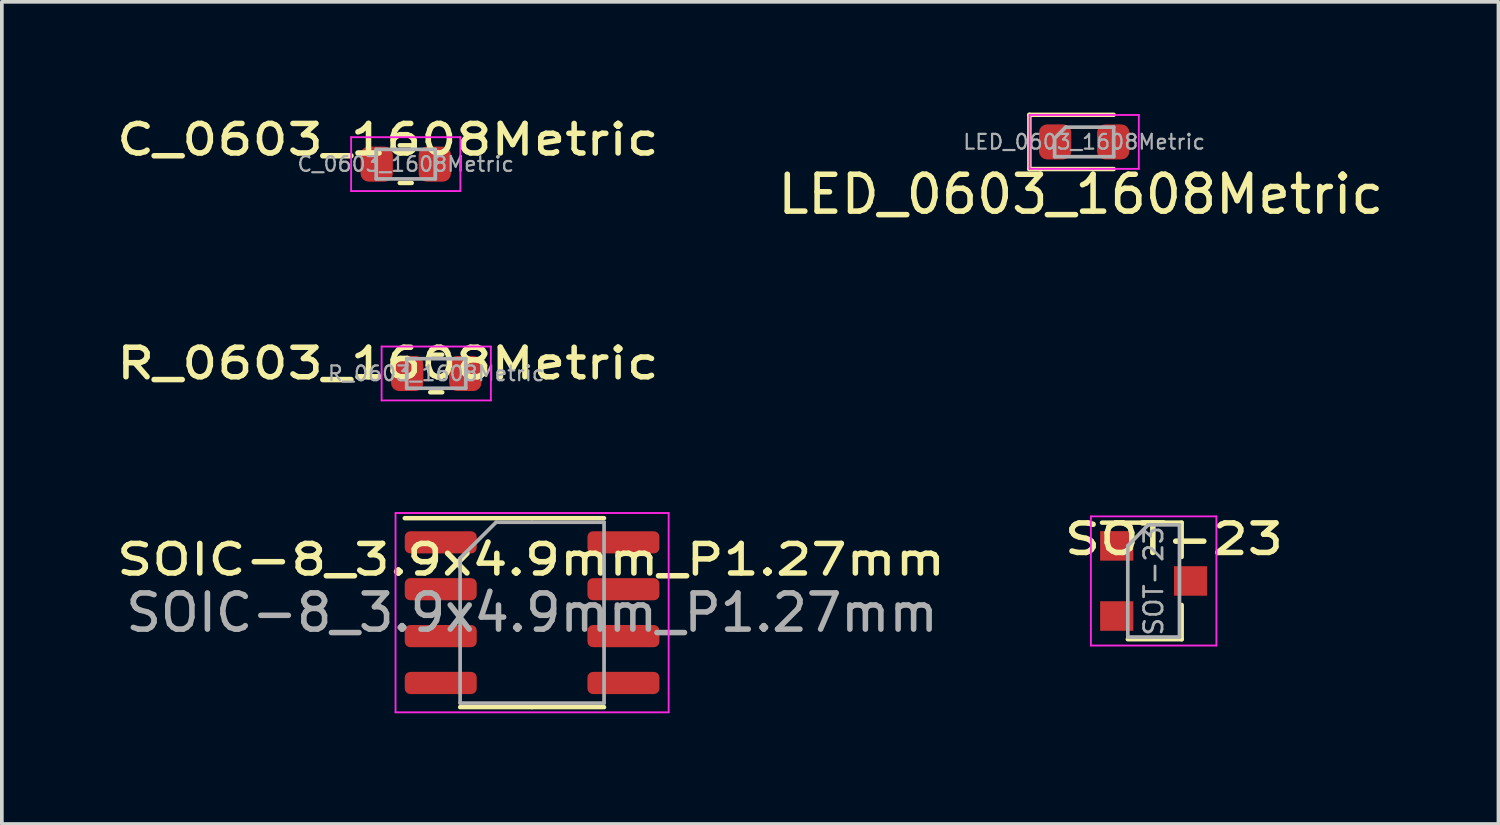
<source format=kicad_pcb>
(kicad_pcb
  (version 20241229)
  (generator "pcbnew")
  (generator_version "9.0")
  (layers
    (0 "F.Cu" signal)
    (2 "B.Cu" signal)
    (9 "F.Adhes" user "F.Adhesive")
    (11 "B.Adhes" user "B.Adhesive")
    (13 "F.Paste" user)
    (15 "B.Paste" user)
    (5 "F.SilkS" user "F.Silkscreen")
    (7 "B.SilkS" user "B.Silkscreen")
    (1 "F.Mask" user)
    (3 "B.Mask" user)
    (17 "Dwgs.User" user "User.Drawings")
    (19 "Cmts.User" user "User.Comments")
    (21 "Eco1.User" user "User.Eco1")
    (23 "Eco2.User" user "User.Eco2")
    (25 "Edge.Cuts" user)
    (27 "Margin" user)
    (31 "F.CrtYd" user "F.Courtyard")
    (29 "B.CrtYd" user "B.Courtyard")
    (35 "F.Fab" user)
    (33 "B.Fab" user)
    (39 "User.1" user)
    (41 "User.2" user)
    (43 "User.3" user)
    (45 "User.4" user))
  (footprint "C_0603_1608Metric"
    (layer "F.Cu")
    (at 7.943 1.397)
    (property "Reference" "C_0603_1608Metric" (at -0.485 -0.665 0) (layer "F.SilkS") (effects (font (size 0.8 1) (thickness 0.15))))
    (attr smd)
    (fp_line (start -0.163 -0.51) (end 0.163 -0.51) (stroke (width 0.12) (type solid)) (layer "F.SilkS"))
    (fp_line (start -0.163 0.51) (end 0.163 0.51) (stroke (width 0.12) (type solid)) (layer "F.SilkS"))
    (fp_line (start -1.48 -0.73) (end 1.48 -0.73) (stroke (width 0.05) (type solid)) (layer "F.CrtYd"))
    (fp_line (start -1.48 0.73) (end -1.48 -0.73) (stroke (width 0.05) (type solid)) (layer "F.CrtYd"))
    (fp_line (start 1.48 -0.73) (end 1.48 0.73) (stroke (width 0.05) (type solid)) (layer "F.CrtYd"))
    (fp_line (start 1.48 0.73) (end -1.48 0.73) (stroke (width 0.05) (type solid)) (layer "F.CrtYd"))
    (fp_line (start -0.8 -0.4) (end 0.8 -0.4) (stroke (width 0.1) (type solid)) (layer "F.Fab"))
    (fp_line (start -0.8 0.4) (end -0.8 -0.4) (stroke (width 0.1) (type solid)) (layer "F.Fab"))
    (fp_line (start 0.8 -0.4) (end 0.8 0.4) (stroke (width 0.1) (type solid)) (layer "F.Fab"))
    (fp_line (start 0.8 0.4) (end -0.8 0.4) (stroke (width 0.1) (type solid)) (layer "F.Fab"))
    (fp_text user "${REFERENCE}" (at 0 0 0) (layer "F.Fab") (effects (font (size 0.4 0.4) (thickness 0.06))))
    (pad "1" smd roundrect (at -0.787 0) (size 0.875 0.95) (layers "F.Cu" "F.Mask" "F.Paste") (roundrect_rratio 0.25))
    (pad "2" smd roundrect (at 0.787 0) (size 0.875 0.95) (layers "F.Cu" "F.Mask" "F.Paste") (roundrect_rratio 0.25)))
  (footprint "SOT-23"
    (layer "F.Cu")
    (at 28.206 12.69)
    (property "Reference" "SOT-23" (at 0.55 -1.135 0) (layer "F.SilkS") (effects (font (size 0.8 1) (thickness 0.15))))
    (attr smd)
    (fp_line (start 0.76 -1.58) (end -1.4 -1.58) (stroke (width 0.12) (type solid)) (layer "F.SilkS"))
    (fp_line (start 0.76 -1.58) (end 0.76 -0.65) (stroke (width 0.12) (type solid)) (layer "F.SilkS"))
    (fp_line (start 0.76 1.58) (end -0.7 1.58) (stroke (width 0.12) (type solid)) (layer "F.SilkS"))
    (fp_line (start 0.76 1.58) (end 0.76 0.65) (stroke (width 0.12) (type solid)) (layer "F.SilkS"))
    (fp_line (start -1.7 -1.75) (end 1.7 -1.75) (stroke (width 0.05) (type solid)) (layer "F.CrtYd"))
    (fp_line (start -1.7 1.75) (end -1.7 -1.75) (stroke (width 0.05) (type solid)) (layer "F.CrtYd"))
    (fp_line (start 1.7 -1.75) (end 1.7 1.75) (stroke (width 0.05) (type solid)) (layer "F.CrtYd"))
    (fp_line (start 1.7 1.75) (end -1.7 1.75) (stroke (width 0.05) (type solid)) (layer "F.CrtYd"))
    (fp_line (start -0.7 -0.95) (end -0.7 1.5) (stroke (width 0.1) (type solid)) (layer "F.Fab"))
    (fp_line (start -0.7 -0.95) (end -0.15 -1.52) (stroke (width 0.1) (type solid)) (layer "F.Fab"))
    (fp_line (start -0.7 1.52) (end 0.7 1.52) (stroke (width 0.1) (type solid)) (layer "F.Fab"))
    (fp_line (start -0.15 -1.52) (end 0.7 -1.52) (stroke (width 0.1) (type solid)) (layer "F.Fab"))
    (fp_line (start 0.7 -1.52) (end 0.7 1.52) (stroke (width 0.1) (type solid)) (layer "F.Fab"))
    (fp_text user "${REFERENCE}" (at 0 0 270) (layer "F.Fab") (effects (font (size 0.5 0.5) (thickness 0.075))))
    (pad "1" smd rect (at -1 -0.95) (size 0.9 0.8) (layers "F.Cu" "F.Mask" "F.Paste"))
    (pad "2" smd rect (at -1 0.95) (size 0.9 0.8) (layers "F.Cu" "F.Mask" "F.Paste"))
    (pad "3" smd rect (at 1 0) (size 0.9 0.8) (layers "F.Cu" "F.Mask" "F.Paste")))
  (footprint "LED_0603_1608Metric"
    (layer "F.Cu")
    (at 26.324 0.795)
    (property "Reference" "LED_0603_1608Metric" (at -0.092 1.42 0) (layer "F.SilkS") (effects (font (size 1 1) (thickness 0.15))))
    (attr smd)
    (fp_line (start -1.485 -0.735) (end -1.485 0.735) (stroke (width 0.12) (type solid)) (layer "F.SilkS"))
    (fp_line (start -1.485 0.735) (end 0.8 0.735) (stroke (width 0.12) (type solid)) (layer "F.SilkS"))
    (fp_line (start 0.8 -0.735) (end -1.485 -0.735) (stroke (width 0.12) (type solid)) (layer "F.SilkS"))
    (fp_line (start -1.48 -0.73) (end 1.48 -0.73) (stroke (width 0.05) (type solid)) (layer "F.CrtYd"))
    (fp_line (start -1.48 0.73) (end -1.48 -0.73) (stroke (width 0.05) (type solid)) (layer "F.CrtYd"))
    (fp_line (start 1.48 -0.73) (end 1.48 0.73) (stroke (width 0.05) (type solid)) (layer "F.CrtYd"))
    (fp_line (start 1.48 0.73) (end -1.48 0.73) (stroke (width 0.05) (type solid)) (layer "F.CrtYd"))
    (fp_line (start -0.8 -0.1) (end -0.8 0.4) (stroke (width 0.1) (type solid)) (layer "F.Fab"))
    (fp_line (start -0.8 0.4) (end 0.8 0.4) (stroke (width 0.1) (type solid)) (layer "F.Fab"))
    (fp_line (start -0.5 -0.4) (end -0.8 -0.1) (stroke (width 0.1) (type solid)) (layer "F.Fab"))
    (fp_line (start 0.8 -0.4) (end -0.5 -0.4) (stroke (width 0.1) (type solid)) (layer "F.Fab"))
    (fp_line (start 0.8 0.4) (end 0.8 -0.4) (stroke (width 0.1) (type solid)) (layer "F.Fab"))
    (fp_text user "${REFERENCE}" (at 0 0 0) (layer "F.Fab") (effects (font (size 0.4 0.4) (thickness 0.06))))
    (pad "1" smd roundrect (at -0.787 0) (size 0.875 0.95) (layers "F.Cu" "F.Mask" "F.Paste") (roundrect_rratio 0.25))
    (pad "2" smd roundrect (at 0.787 0) (size 0.875 0.95) (layers "F.Cu" "F.Mask" "F.Paste") (roundrect_rratio 0.25)))
  (footprint "R_0603_1608Metric"
    (layer "F.Cu")
    (at 8.769 7.069)
    (property "Reference" "R_0603_1608Metric" (at -1.311 -0.274 180) (layer "F.SilkS") (effects (font (size 0.8 1) (thickness 0.15))))
    (attr smd)
    (fp_line (start -0.163 -0.51) (end 0.163 -0.51) (stroke (width 0.12) (type solid)) (layer "F.SilkS"))
    (fp_line (start -0.163 0.51) (end 0.163 0.51) (stroke (width 0.12) (type solid)) (layer "F.SilkS"))
    (fp_line (start -1.48 -0.73) (end 1.48 -0.73) (stroke (width 0.05) (type solid)) (layer "F.CrtYd"))
    (fp_line (start -1.48 0.73) (end -1.48 -0.73) (stroke (width 0.05) (type solid)) (layer "F.CrtYd"))
    (fp_line (start 1.48 -0.73) (end 1.48 0.73) (stroke (width 0.05) (type solid)) (layer "F.CrtYd"))
    (fp_line (start 1.48 0.73) (end -1.48 0.73) (stroke (width 0.05) (type solid)) (layer "F.CrtYd"))
    (fp_line (start -0.8 -0.4) (end 0.8 -0.4) (stroke (width 0.1) (type solid)) (layer "F.Fab"))
    (fp_line (start -0.8 0.4) (end -0.8 -0.4) (stroke (width 0.1) (type solid)) (layer "F.Fab"))
    (fp_line (start 0.8 -0.4) (end 0.8 0.4) (stroke (width 0.1) (type solid)) (layer "F.Fab"))
    (fp_line (start 0.8 0.4) (end -0.8 0.4) (stroke (width 0.1) (type solid)) (layer "F.Fab"))
    (fp_text user "${REFERENCE}" (at 0 0 180) (layer "F.Fab") (effects (font (size 0.4 0.4) (thickness 0.06))))
    (pad "1" smd roundrect (at -0.787 0) (size 0.875 0.95) (layers "F.Cu" "F.Mask" "F.Paste") (roundrect_rratio 0.25))
    (pad "2" smd roundrect (at 0.787 0) (size 0.875 0.95) (layers "F.Cu" "F.Mask" "F.Paste") (roundrect_rratio 0.25)))
  (footprint "SOIC-8_3.9x4.9mm_P1.27mm"
    (layer "F.Cu")
    (at 11.366 13.549)
    (property "Reference" "SOIC-8_3.9x4.9mm_P1.27mm" (at -0.027 -1.438 0) (layer "F.SilkS") (effects (font (size 0.8 1) (thickness 0.15))))
    (attr smd)
    (fp_line (start 0 -2.56) (end -3.45 -2.56) (stroke (width 0.12) (type solid)) (layer "F.SilkS"))
    (fp_line (start 0 -2.56) (end 1.95 -2.56) (stroke (width 0.12) (type solid)) (layer "F.SilkS"))
    (fp_line (start 0 2.56) (end -1.95 2.56) (stroke (width 0.12) (type solid)) (layer "F.SilkS"))
    (fp_line (start 0 2.56) (end 1.95 2.56) (stroke (width 0.12) (type solid)) (layer "F.SilkS"))
    (fp_line (start -3.7 -2.7) (end -3.7 2.7) (stroke (width 0.05) (type solid)) (layer "F.CrtYd"))
    (fp_line (start -3.7 2.7) (end 3.7 2.7) (stroke (width 0.05) (type solid)) (layer "F.CrtYd"))
    (fp_line (start 3.7 -2.7) (end -3.7 -2.7) (stroke (width 0.05) (type solid)) (layer "F.CrtYd"))
    (fp_line (start 3.7 2.7) (end 3.7 -2.7) (stroke (width 0.05) (type solid)) (layer "F.CrtYd"))
    (fp_line (start -1.95 -1.475) (end -0.975 -2.45) (stroke (width 0.1) (type solid)) (layer "F.Fab"))
    (fp_line (start -1.95 2.45) (end -1.95 -1.475) (stroke (width 0.1) (type solid)) (layer "F.Fab"))
    (fp_line (start -0.975 -2.45) (end 1.95 -2.45) (stroke (width 0.1) (type solid)) (layer "F.Fab"))
    (fp_line (start 1.95 -2.45) (end 1.95 2.45) (stroke (width 0.1) (type solid)) (layer "F.Fab"))
    (fp_line (start 1.95 2.45) (end -1.95 2.45) (stroke (width 0.1) (type solid)) (layer "F.Fab"))
    (fp_text user "${REFERENCE}" (at 0 0 0) (layer "F.Fab") (effects (font (size 0.98 0.98) (thickness 0.15))))
    (pad "1" smd roundrect (at -2.475 -1.905) (size 1.95 0.6) (layers "F.Cu" "F.Mask" "F.Paste") (roundrect_rratio 0.25))
    (pad "2" smd roundrect (at -2.475 -0.635) (size 1.95 0.6) (layers "F.Cu" "F.Mask" "F.Paste") (roundrect_rratio 0.25))
    (pad "3" smd roundrect (at -2.475 0.635) (size 1.95 0.6) (layers "F.Cu" "F.Mask" "F.Paste") (roundrect_rratio 0.25))
    (pad "4" smd roundrect (at -2.475 1.905) (size 1.95 0.6) (layers "F.Cu" "F.Mask" "F.Paste") (roundrect_rratio 0.25))
    (pad "5" smd roundrect (at 2.475 1.905) (size 1.95 0.6) (layers "F.Cu" "F.Mask" "F.Paste") (roundrect_rratio 0.25))
    (pad "6" smd roundrect (at 2.475 0.635) (size 1.95 0.6) (layers "F.Cu" "F.Mask" "F.Paste") (roundrect_rratio 0.25))
    (pad "7" smd roundrect (at 2.475 -0.635) (size 1.95 0.6) (layers "F.Cu" "F.Mask" "F.Paste") (roundrect_rratio 0.25))
    (pad "8" smd roundrect (at 2.475 -1.905) (size 1.95 0.6) (layers "F.Cu" "F.Mask" "F.Paste") (roundrect_rratio 0.25)))
  (gr_rect
    (start -3 -3)
    (end 37.548 19.274)
    (stroke (width 0.1) (type default))
    (fill no)
    (layer "Edge.Cuts")))
</source>
